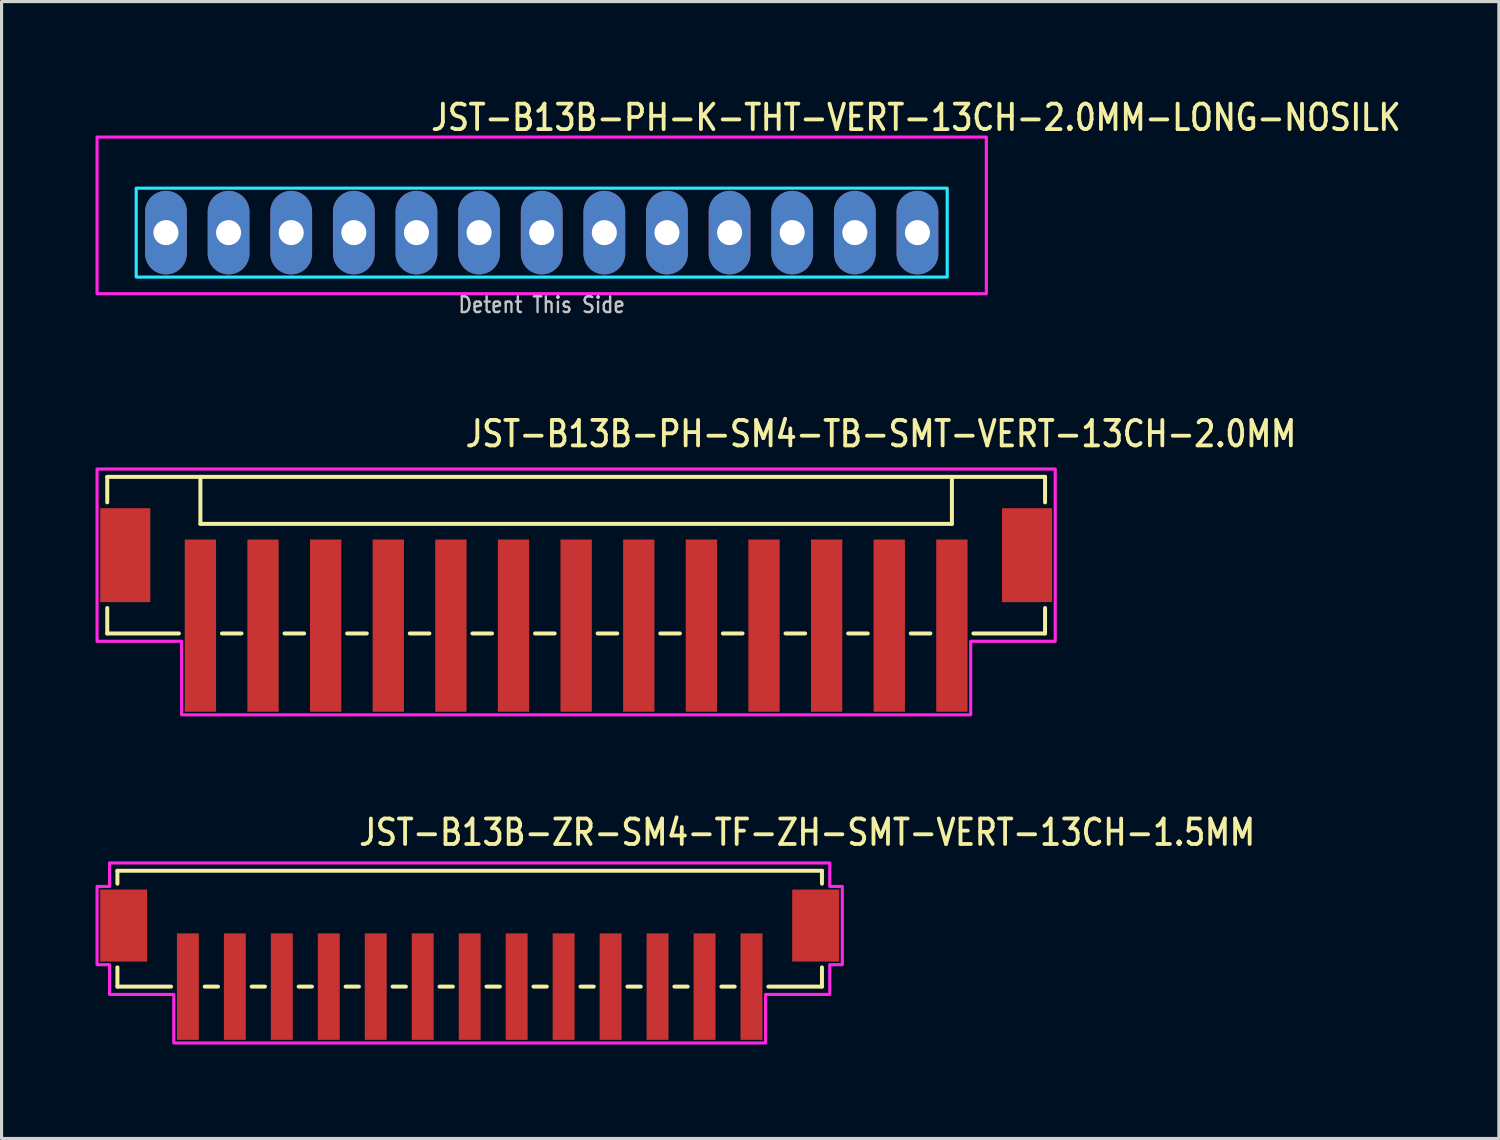
<source format=kicad_pcb>
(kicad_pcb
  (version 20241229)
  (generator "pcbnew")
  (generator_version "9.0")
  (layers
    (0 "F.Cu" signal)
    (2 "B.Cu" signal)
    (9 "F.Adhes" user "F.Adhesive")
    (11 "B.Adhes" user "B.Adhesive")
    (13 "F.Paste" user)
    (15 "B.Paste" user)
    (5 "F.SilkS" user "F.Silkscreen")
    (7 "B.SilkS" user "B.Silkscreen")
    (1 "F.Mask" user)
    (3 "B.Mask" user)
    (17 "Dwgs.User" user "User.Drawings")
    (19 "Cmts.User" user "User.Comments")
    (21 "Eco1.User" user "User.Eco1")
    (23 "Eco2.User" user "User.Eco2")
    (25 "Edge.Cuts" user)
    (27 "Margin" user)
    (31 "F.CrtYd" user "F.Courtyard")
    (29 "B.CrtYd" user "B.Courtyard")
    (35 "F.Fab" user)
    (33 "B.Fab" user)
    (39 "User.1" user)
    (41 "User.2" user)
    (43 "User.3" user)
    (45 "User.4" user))
  (footprint "JST-B13B-PH-SM4-TB-SMT-VERT-13CH-2.0MM"
    (layer "F.Cu")
    (at 15.35 14.68)
    (property "Reference" "JST-B13B-PH-SM4-TB-SMT-VERT-13CH-2.0MM" (at -3.6 -3.4 0) (unlocked yes) (layer "F.SilkS") (effects (font (size 0.813 0.695) (thickness 0.122)) (justify left bottom)))
    (fp_line (start -14.975 -2.5) (end -14.975 -1.687) (stroke (width 0.127) (type solid)) (layer "F.SilkS"))
    (fp_line (start -14.975 -2.5) (end 14.975 -2.5) (stroke (width 0.127) (type solid)) (layer "F.SilkS"))
    (fp_line (start -14.975 2.5) (end -14.975 1.687) (stroke (width 0.127) (type solid)) (layer "F.SilkS"))
    (fp_line (start -14.975 2.5) (end -12.687 2.5) (stroke (width 0.127) (type solid)) (layer "F.SilkS"))
    (fp_line (start -12 -2.5) (end -12 -1) (stroke (width 0.127) (type solid)) (layer "F.SilkS"))
    (fp_line (start -12 -1) (end 12 -1) (stroke (width 0.127) (type solid)) (layer "F.SilkS"))
    (fp_line (start -11.313 2.5) (end -10.687 2.5) (stroke (width 0.127) (type solid)) (layer "F.SilkS"))
    (fp_line (start -9.313 2.5) (end -8.687 2.5) (stroke (width 0.127) (type solid)) (layer "F.SilkS"))
    (fp_line (start -7.314 2.5) (end -6.686 2.5) (stroke (width 0.127) (type solid)) (layer "F.SilkS"))
    (fp_line (start -5.314 2.5) (end -4.686 2.5) (stroke (width 0.127) (type solid)) (layer "F.SilkS"))
    (fp_line (start -3.313 2.5) (end -2.687 2.5) (stroke (width 0.127) (type solid)) (layer "F.SilkS"))
    (fp_line (start -1.313 2.5) (end -0.686 2.5) (stroke (width 0.127) (type solid)) (layer "F.SilkS"))
    (fp_line (start 0.686 2.5) (end 1.313 2.5) (stroke (width 0.127) (type solid)) (layer "F.SilkS"))
    (fp_line (start 2.687 2.5) (end 3.313 2.5) (stroke (width 0.127) (type solid)) (layer "F.SilkS"))
    (fp_line (start 4.686 2.5) (end 5.314 2.5) (stroke (width 0.127) (type solid)) (layer "F.SilkS"))
    (fp_line (start 6.686 2.5) (end 7.314 2.5) (stroke (width 0.127) (type solid)) (layer "F.SilkS"))
    (fp_line (start 8.687 2.5) (end 9.313 2.5) (stroke (width 0.127) (type solid)) (layer "F.SilkS"))
    (fp_line (start 10.687 2.5) (end 11.313 2.5) (stroke (width 0.127) (type solid)) (layer "F.SilkS"))
    (fp_line (start 12 -1) (end 12 -2.5) (stroke (width 0.127) (type solid)) (layer "F.SilkS"))
    (fp_line (start 12.687 2.5) (end 14.975 2.5) (stroke (width 0.127) (type solid)) (layer "F.SilkS"))
    (fp_line (start 14.975 -1.687) (end 14.975 -2.5) (stroke (width 0.127) (type solid)) (layer "F.SilkS"))
    (fp_line (start 14.975 1.687) (end 14.975 2.5) (stroke (width 0.127) (type solid)) (layer "F.SilkS"))
    (fp_poly (pts (xy -15.3 -2.75) (xy -15.3 2.75) (xy -12.6 2.75) (xy -12.6 5.1) (xy 12.6 5.1) (xy 12.6 2.75) (xy 15.3 2.75) (xy 15.3 -2.75)) (stroke (width 0.1) (type solid)) (fill no) (layer "F.CrtYd"))
    (pad "P$1" smd rect (at -12 2.25) (size 1 5.5) (layers "F.Cu" "F.Mask" "F.Paste"))
    (pad "P$2" smd rect (at -10 2.25) (size 1 5.5) (layers "F.Cu" "F.Mask" "F.Paste"))
    (pad "P$3" smd rect (at -8 2.25) (size 1 5.5) (layers "F.Cu" "F.Mask" "F.Paste"))
    (pad "P$4" smd rect (at -6 2.25) (size 1 5.5) (layers "F.Cu" "F.Mask" "F.Paste"))
    (pad "P$5" smd rect (at -4 2.25) (size 1 5.5) (layers "F.Cu" "F.Mask" "F.Paste"))
    (pad "P$6" smd rect (at -2 2.25) (size 1 5.5) (layers "F.Cu" "F.Mask" "F.Paste"))
    (pad "P$7" smd rect (at 0 2.25) (size 1 5.5) (layers "F.Cu" "F.Mask" "F.Paste"))
    (pad "P$8" smd rect (at 2 2.25) (size 1 5.5) (layers "F.Cu" "F.Mask" "F.Paste"))
    (pad "P$9" smd rect (at 4 2.25) (size 1 5.5) (layers "F.Cu" "F.Mask" "F.Paste"))
    (pad "P$10" smd rect (at 6 2.25) (size 1 5.5) (layers "F.Cu" "F.Mask" "F.Paste"))
    (pad "P$11" smd rect (at 8 2.25) (size 1 5.5) (layers "F.Cu" "F.Mask" "F.Paste"))
    (pad "P$12" smd rect (at 10 2.25) (size 1 5.5) (layers "F.Cu" "F.Mask" "F.Paste"))
    (pad "P$13" smd rect (at 12 2.25) (size 1 5.5) (layers "F.Cu" "F.Mask" "F.Paste"))
    (pad "S$1" smd rect (at -14.4 0) (size 1.6 3) (layers "F.Cu" "F.Mask" "F.Paste"))
    (pad "S$2" smd rect (at 14.4 0) (size 1.6 3) (layers "F.Cu" "F.Mask" "F.Paste")))
  (footprint "JST-B13B-ZR-SM4-TF-ZH-SMT-VERT-13CH-1.5MM"
    (layer "F.Cu")
    (at 11.95 26.509)
    (property "Reference" "JST-B13B-ZR-SM4-TF-ZH-SMT-VERT-13CH-1.5MM" (at -3.6 -2.5 0) (unlocked yes) (layer "F.SilkS") (effects (font (size 0.813 0.695) (thickness 0.122)) (justify left bottom)))
    (fp_line (start -11.25 -1.75) (end -11.25 -1.337) (stroke (width 0.127) (type solid)) (layer "F.SilkS"))
    (fp_line (start -11.25 -1.75) (end 11.25 -1.75) (stroke (width 0.127) (type solid)) (layer "F.SilkS"))
    (fp_line (start -11.25 1.95) (end -11.25 1.337) (stroke (width 0.127) (type solid)) (layer "F.SilkS"))
    (fp_line (start -11.25 1.95) (end -9.537 1.95) (stroke (width 0.127) (type solid)) (layer "F.SilkS"))
    (fp_line (start -8.463 1.95) (end -8.037 1.95) (stroke (width 0.127) (type solid)) (layer "F.SilkS"))
    (fp_line (start -6.963 1.95) (end -6.537 1.95) (stroke (width 0.127) (type solid)) (layer "F.SilkS"))
    (fp_line (start -5.463 1.95) (end -5.037 1.95) (stroke (width 0.127) (type solid)) (layer "F.SilkS"))
    (fp_line (start -3.963 1.95) (end -3.537 1.95) (stroke (width 0.127) (type solid)) (layer "F.SilkS"))
    (fp_line (start -2.463 1.95) (end -2.037 1.95) (stroke (width 0.127) (type solid)) (layer "F.SilkS"))
    (fp_line (start -0.964 1.95) (end -0.536 1.95) (stroke (width 0.127) (type solid)) (layer "F.SilkS"))
    (fp_line (start 0.536 1.95) (end 0.964 1.95) (stroke (width 0.127) (type solid)) (layer "F.SilkS"))
    (fp_line (start 2.037 1.95) (end 2.463 1.95) (stroke (width 0.127) (type solid)) (layer "F.SilkS"))
    (fp_line (start 3.537 1.95) (end 3.963 1.95) (stroke (width 0.127) (type solid)) (layer "F.SilkS"))
    (fp_line (start 5.037 1.95) (end 5.463 1.95) (stroke (width 0.127) (type solid)) (layer "F.SilkS"))
    (fp_line (start 6.537 1.95) (end 6.963 1.95) (stroke (width 0.127) (type solid)) (layer "F.SilkS"))
    (fp_line (start 8.037 1.95) (end 8.463 1.95) (stroke (width 0.127) (type solid)) (layer "F.SilkS"))
    (fp_line (start 9.537 1.95) (end 11.25 1.95) (stroke (width 0.127) (type solid)) (layer "F.SilkS"))
    (fp_line (start 11.25 -1.337) (end 11.25 -1.75) (stroke (width 0.127) (type solid)) (layer "F.SilkS"))
    (fp_line (start 11.25 1.337) (end 11.25 1.95) (stroke (width 0.127) (type solid)) (layer "F.SilkS"))
    (fp_poly (pts (xy -11.5 -2) (xy -11.5 -1.25) (xy -11.9 -1.25) (xy -11.9 1.25) (xy -11.5 1.25) (xy -11.5 2.2) (xy -9.45 2.2) (xy -9.45 3.75) (xy 9.45 3.75) (xy 9.45 2.2) (xy 11.5 2.2) (xy 11.5 1.25) (xy 11.9 1.25) (xy 11.9 -1.25) (xy 11.5 -1.25) (xy 11.5 -2)) (stroke (width 0.1) (type solid)) (fill no) (layer "F.CrtYd"))
    (pad "P$1" smd rect (at -9 1.95) (size 0.7 3.4) (layers "F.Cu" "F.Mask" "F.Paste"))
    (pad "P$2" smd rect (at -7.5 1.95) (size 0.7 3.4) (layers "F.Cu" "F.Mask" "F.Paste"))
    (pad "P$3" smd rect (at -6 1.95) (size 0.7 3.4) (layers "F.Cu" "F.Mask" "F.Paste"))
    (pad "P$4" smd rect (at -4.5 1.95) (size 0.7 3.4) (layers "F.Cu" "F.Mask" "F.Paste"))
    (pad "P$5" smd rect (at -3 1.95) (size 0.7 3.4) (layers "F.Cu" "F.Mask" "F.Paste"))
    (pad "P$6" smd rect (at -1.5 1.95) (size 0.7 3.4) (layers "F.Cu" "F.Mask" "F.Paste"))
    (pad "P$7" smd rect (at 0 1.95) (size 0.7 3.4) (layers "F.Cu" "F.Mask" "F.Paste"))
    (pad "P$8" smd rect (at 1.5 1.95) (size 0.7 3.4) (layers "F.Cu" "F.Mask" "F.Paste"))
    (pad "P$9" smd rect (at 3 1.95) (size 0.7 3.4) (layers "F.Cu" "F.Mask" "F.Paste"))
    (pad "P$10" smd rect (at 4.5 1.95) (size 0.7 3.4) (layers "F.Cu" "F.Mask" "F.Paste"))
    (pad "P$11" smd rect (at 6 1.95) (size 0.7 3.4) (layers "F.Cu" "F.Mask" "F.Paste"))
    (pad "P$12" smd rect (at 7.5 1.95) (size 0.7 3.4) (layers "F.Cu" "F.Mask" "F.Paste"))
    (pad "P$13" smd rect (at 9 1.95) (size 0.7 3.4) (layers "F.Cu" "F.Mask" "F.Paste"))
    (pad "S$14" smd rect (at 11.05 0) (size 1.5 2.3) (layers "F.Cu" "F.Mask" "F.Paste"))
    (pad "S$15" smd rect (at -11.05 0) (size 1.5 2.3) (layers "F.Cu" "F.Mask" "F.Paste")))
  (footprint "JST-B13B-PH-K-THT-VERT-13CH-2.0MM-LONG-NOSILK"
    (layer "F.Cu")
    (at 14.25 4.379)
    (property "Reference" "JST-B13B-PH-K-THT-VERT-13CH-2.0MM-LONG-NOSILK" (at -3.6 -3.2 0) (unlocked yes) (layer "F.SilkS") (effects (font (size 0.813 0.695) (thickness 0.122)) (justify left bottom)))
    (fp_poly (pts (xy -12.95 -1.42) (xy -12.95 1.42) (xy 12.95 1.42) (xy 12.95 -1.42)) (stroke (width 0.1) (type solid)) (fill no) (layer "B.CrtYd"))
    (fp_poly (pts (xy -14.2 1.95) (xy -14.2 -3.05) (xy 14.2 -3.05) (xy 14.2 1.95)) (stroke (width 0.1) (type solid)) (fill no) (layer "F.CrtYd"))
    (fp_text user "Detent This Side" (at 0 2.6 0) (unlocked yes) (layer "Dwgs.User") (effects (font (size 0.5 0.427) (thickness 0.075)) (justify bottom)))
    (pad "P$1" thru_hole oval (at 12 0 90) (size 2.667 1.333) (drill 0.8) (layers "*.Cu" "*.Mask"))
    (pad "P$2" thru_hole oval (at 10 0 90) (size 2.667 1.333) (drill 0.8) (layers "*.Cu" "*.Mask"))
    (pad "P$3" thru_hole oval (at 8 0 90) (size 2.667 1.333) (drill 0.8) (layers "*.Cu" "*.Mask"))
    (pad "P$4" thru_hole oval (at 6 0 90) (size 2.667 1.333) (drill 0.8) (layers "*.Cu" "*.Mask"))
    (pad "P$5" thru_hole oval (at 4 0 90) (size 2.667 1.333) (drill 0.8) (layers "*.Cu" "*.Mask"))
    (pad "P$6" thru_hole oval (at 2 0 90) (size 2.667 1.333) (drill 0.8) (layers "*.Cu" "*.Mask"))
    (pad "P$7" thru_hole oval (at 0 0 90) (size 2.667 1.333) (drill 0.8) (layers "*.Cu" "*.Mask"))
    (pad "P$8" thru_hole oval (at -2 0 90) (size 2.667 1.333) (drill 0.8) (layers "*.Cu" "*.Mask"))
    (pad "P$9" thru_hole oval (at -4 0 90) (size 2.667 1.333) (drill 0.8) (layers "*.Cu" "*.Mask"))
    (pad "P$10" thru_hole oval (at -6 0 90) (size 2.667 1.333) (drill 0.8) (layers "*.Cu" "*.Mask"))
    (pad "P$11" thru_hole oval (at -8 0 90) (size 2.667 1.333) (drill 0.8) (layers "*.Cu" "*.Mask"))
    (pad "P$12" thru_hole oval (at -10 0 90) (size 2.667 1.333) (drill 0.8) (layers "*.Cu" "*.Mask"))
    (pad "P$13" thru_hole oval (at -12 0 90) (size 2.667 1.333) (drill 0.8) (layers "*.Cu" "*.Mask")))
  (gr_rect
    (start -3 -3)
    (end 44.818 33.309)
    (stroke (width 0.1) (type default))
    (fill no)
    (layer "Edge.Cuts")))
</source>
